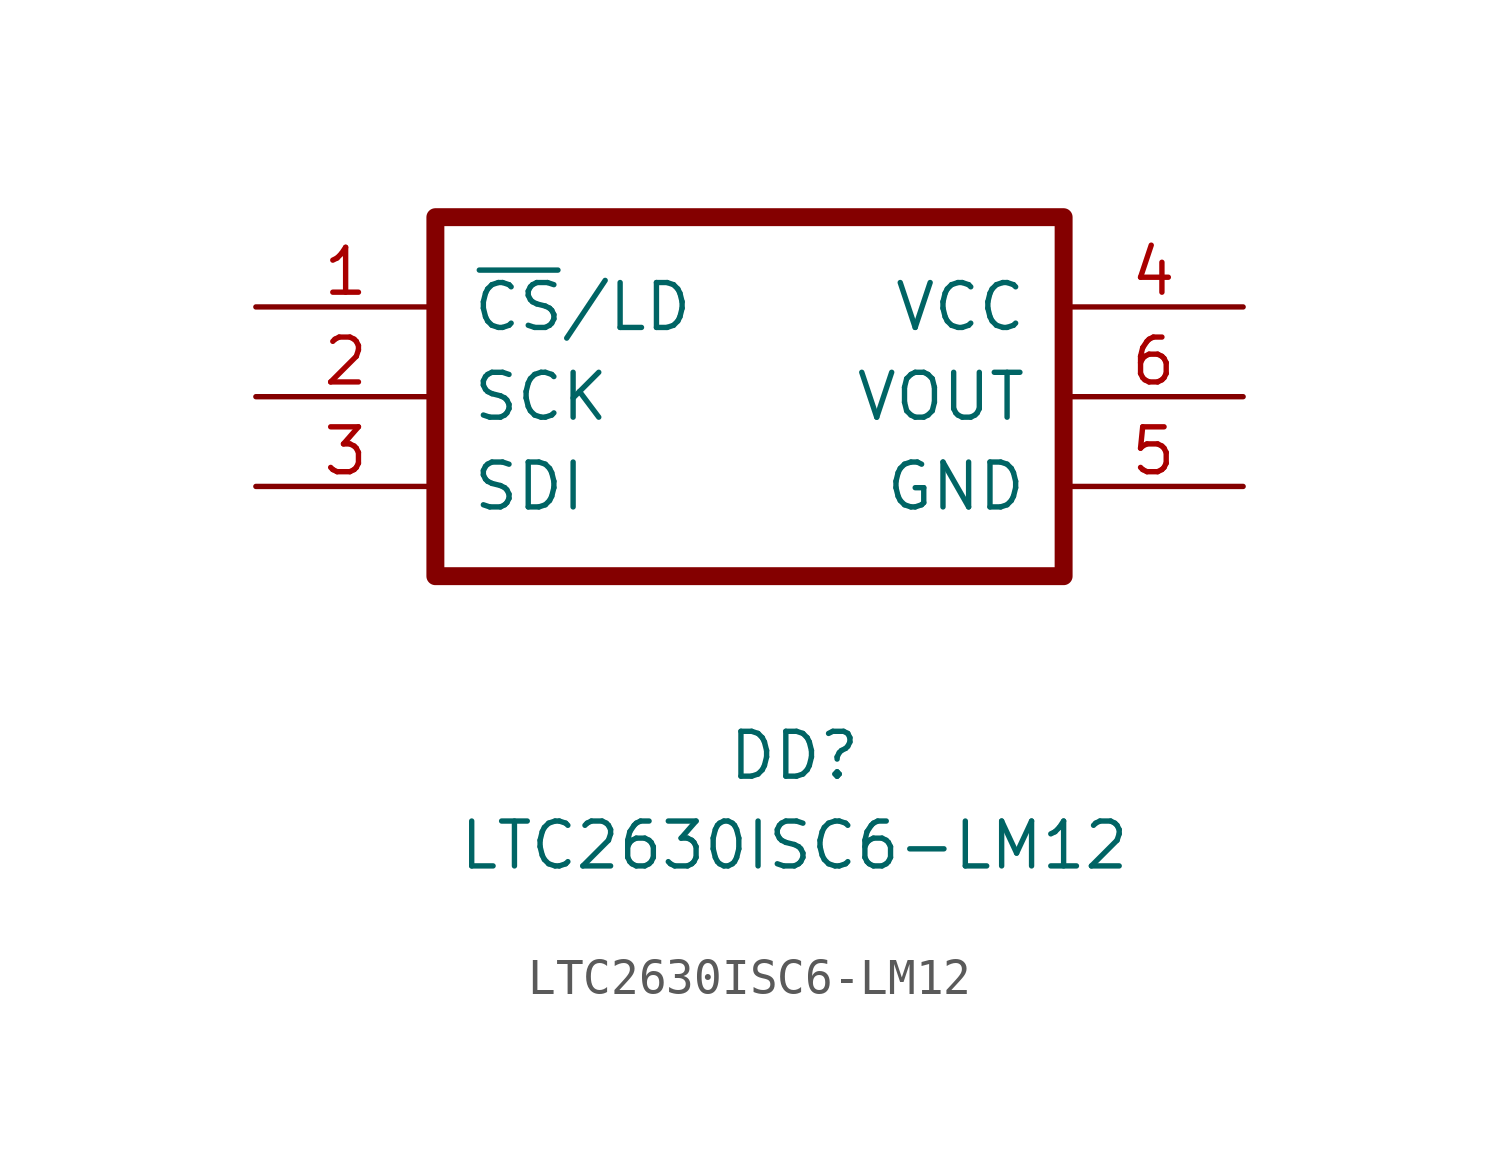
<source format=kicad_sym>
(kicad_symbol_lib
  (version 20211014)
  (generator kicad_symbol_editor)
  (symbol "LTC2630ISC6-LM12"
    (pin_names
      (offset 1.016))
    (property "Reference" "DD"
      (at 15.24 -12.7 0)
      (effects (font (size 1.27 1.27))))
    (property "Value" "LTC2630ISC6-LM12"
      (at 15.24 -15.24 0)
      (effects (font (size 1.27 1.27))))
    (symbol "LTC2630ISC6-LM12_0_1"
      (rectangle (start 5.08 2.54) (end 22.86 -7.62) (stroke (width 0.508) (type default) (color 0 0 0 0)) (fill (type none))))
    (symbol "LTC2630ISC6-LM12_1_1"
      (pin input line (at 0 0 0) (length 5.08) (name "~{CS}/LD" (effects (font (size 1.27 1.27)))) (number "1" (effects (font (size 1.27 1.27)))))
      (pin input line (at 0 -2.54 0) (length 5.08) (name "SCK" (effects (font (size 1.27 1.27)))) (number "2" (effects (font (size 1.27 1.27)))))
      (pin input line (at 0 -5.08 0) (length 5.08) (name "SDI" (effects (font (size 1.27 1.27)))) (number "3" (effects (font (size 1.27 1.27)))))
      (pin power_in line (at 27.94 0 180) (length 5.08) (name "VCC" (effects (font (size 1.27 1.27)))) (number "4" (effects (font (size 1.27 1.27)))))
      (pin power_in line (at 27.94 -5.08 180) (length 5.08) (name "GND" (effects (font (size 1.27 1.27)))) (number "5" (effects (font (size 1.27 1.27)))))
      (pin output line (at 27.94 -2.54 180) (length 5.08) (name "VOUT" (effects (font (size 1.27 1.27)))) (number "6" (effects (font (size 1.27 1.27))))))))
</source>
